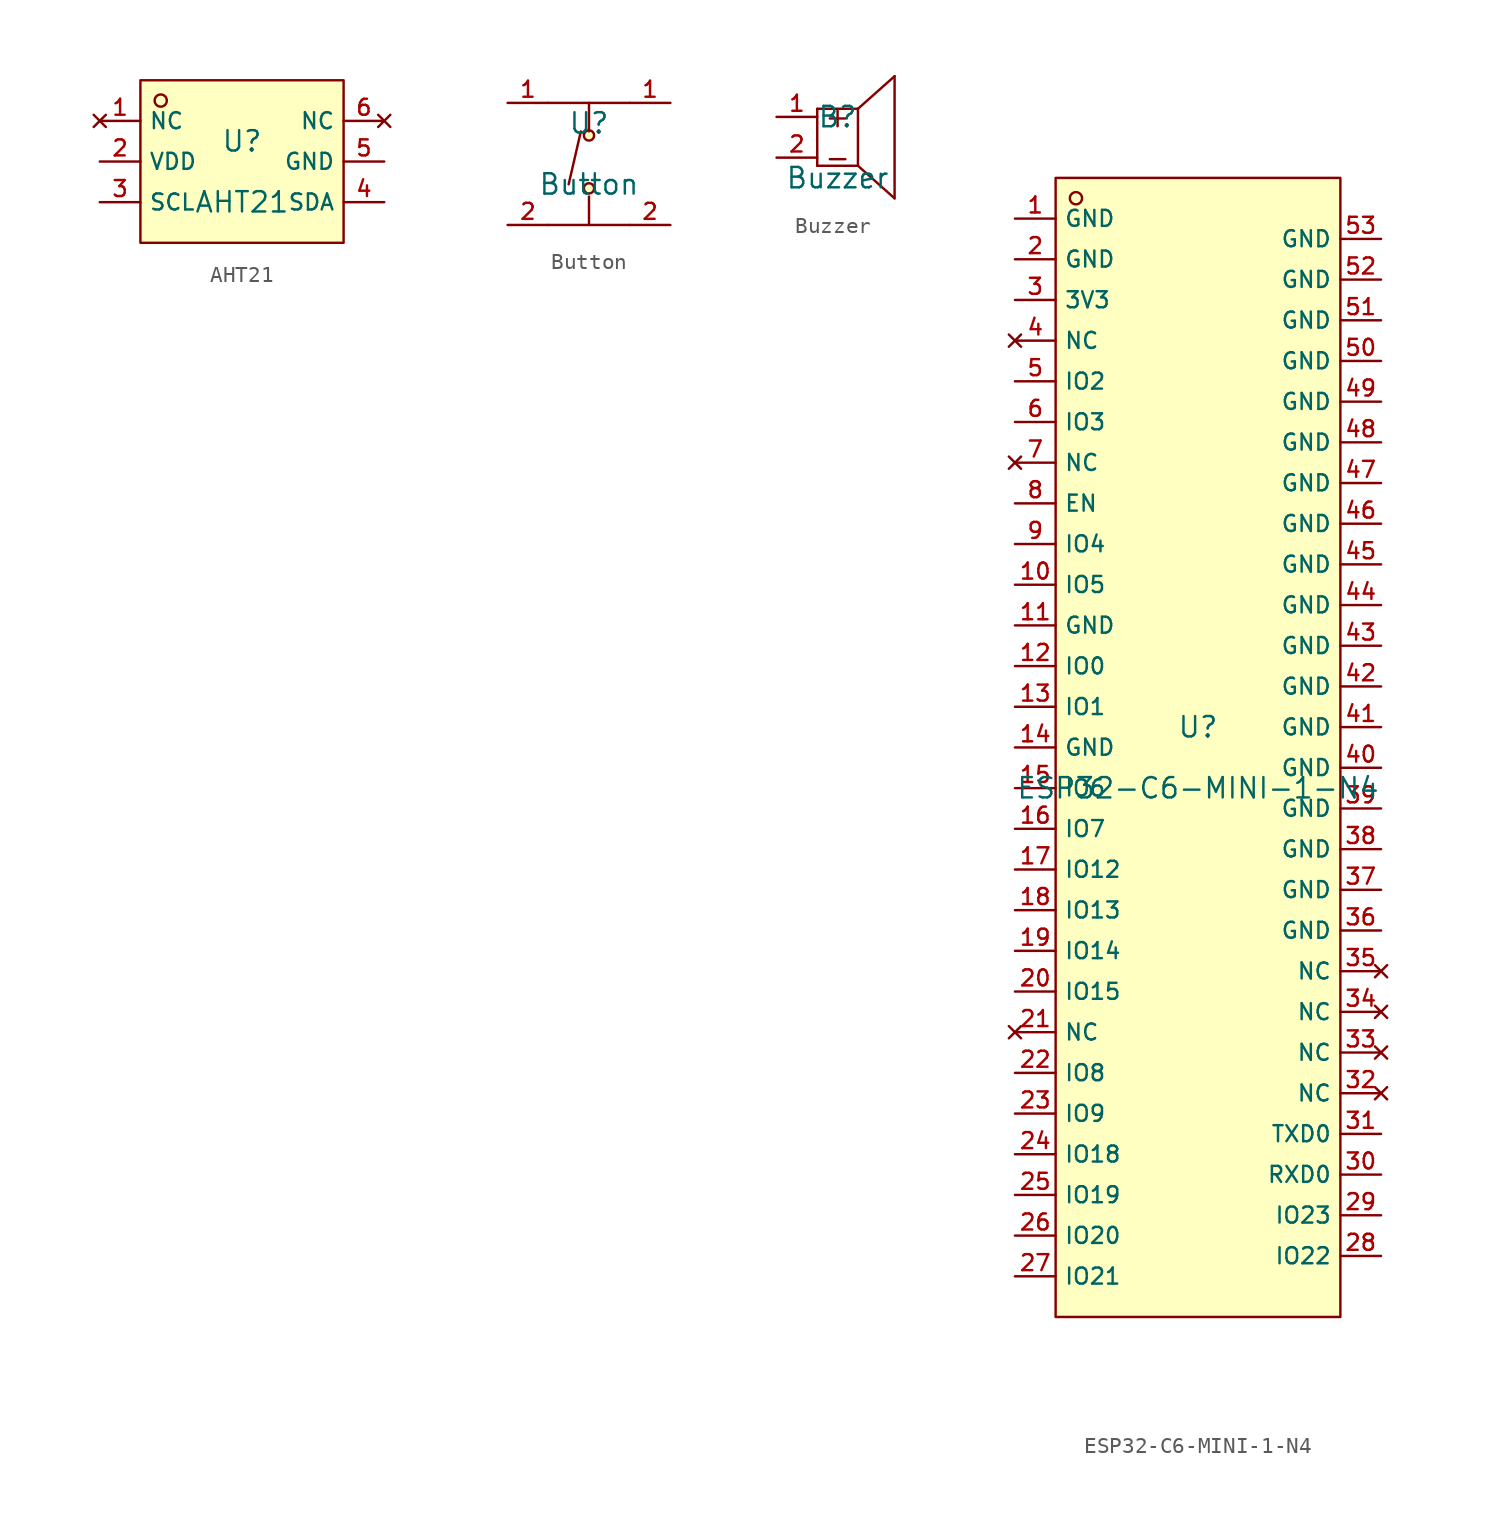
<source format=kicad_sym>
(kicad_symbol_lib
  (version 20220914)
  (generator kicad_symbol_editor)
  (symbol "AHT21"
    (property "Reference" "U"
      (at 0 1.27 0)
      (effects (font (size 1.27 1.27))))
    (property "Value" "AHT21"
      (at 0 -2.54 0)
      (effects (font (size 1.27 1.27))))
    (symbol "AHT21_0_1"
      (rectangle (start -6.35 5.08) (end 6.35 -5.08) (stroke (width 0) (type default)) (fill (type background)))
      (circle (center -5.08 3.81) (radius 0.381) (stroke (width 0) (type default)) (fill (type background))))
    (symbol "AHT21_1_1"
      (pin no_connect line (at -8.89 2.54 0) (length 2.54) (name "NC" (effects (font (size 1 1)))) (number "1" (effects (font (size 1 1)))))
      (pin power_in line (at -8.89 0 0) (length 2.54) (name "VDD" (effects (font (size 1 1)))) (number "2" (effects (font (size 1 1)))))
      (pin input line (at -8.89 -2.54 0) (length 2.54) (name "SCL" (effects (font (size 1 1)))) (number "3" (effects (font (size 1 1)))))
      (pin bidirectional line (at 8.89 -2.54 180) (length 2.54) (name "SDA" (effects (font (size 1 1)))) (number "4" (effects (font (size 1 1)))))
      (pin power_in line (at 8.89 0 180) (length 2.54) (name "GND" (effects (font (size 1 1)))) (number "5" (effects (font (size 1 1)))))
      (pin no_connect line (at 8.89 2.54 180) (length 2.54) (name "NC" (effects (font (size 1 1)))) (number "6" (effects (font (size 1 1)))))))
  (symbol "Button"
    (pin_names hide)
    (property "Reference" "U"
      (at 0 1.27 0)
      (effects (font (size 1.27 1.27))))
    (property "Value" "Button"
      (at 0 -2.54 0)
      (effects (font (size 1.27 1.27))))
    (symbol "Button_0_1"
      (circle (center 0 -2.794) (radius 0.318) (stroke (width 0) (type default)) (fill (type background)))
      (polyline (pts (xy -2.54 -5.08) (xy 2.54 -5.08)) (stroke (width 0) (type default)) (fill (type none)))
      (polyline (pts (xy -2.54 2.54) (xy 2.54 2.54)) (stroke (width 0) (type default)) (fill (type none)))
      (polyline (pts (xy -0.508 0.762) (xy -1.27 -2.54)) (stroke (width 0) (type default)) (fill (type none)))
      (polyline (pts (xy 0 -3.302) (xy 0 -5.08)) (stroke (width 0) (type default)) (fill (type none)))
      (polyline (pts (xy 0 0.762) (xy 0 2.54)) (stroke (width 0) (type default)) (fill (type none)))
      (circle (center 0 0.508) (radius 0.318) (stroke (width 0) (type default)) (fill (type background)))
      (pin passive line (at -5.08 2.54 0) (length 2.54) (name "A" (effects (font (size 1 1)))) (number "1" (effects (font (size 1 1))))))
    (symbol "Button_1_1"
      (pin passive line (at 5.08 2.54 180) (length 2.54) (name "B" (effects (font (size 1 1)))) (number "1" (effects (font (size 1 1)))))
      (pin passive line (at -5.08 -5.08 0) (length 2.54) (name "C" (effects (font (size 1 1)))) (number "2" (effects (font (size 1 1)))))
      (pin passive line (at 5.08 -5.08 180) (length 2.54) (name "D" (effects (font (size 1 1)))) (number "2" (effects (font (size 1 1)))))))
  (symbol "Buzzer"
    (pin_names hide)
    (property "Reference" "B"
      (at 0 1.27 0)
      (effects (font (size 1.27 1.27))))
    (property "Value" "Buzzer"
      (at 0 -2.54 0)
      (effects (font (size 1.27 1.27))))
    (symbol "Buzzer_0_1"
      (polyline (pts (xy -1.27 -1.778) (xy 1.27 -1.778)) (stroke (width 0) (type default)) (fill (type none)))
      (polyline (pts (xy -1.27 1.778) (xy -1.27 -1.778)) (stroke (width 0) (type default)) (fill (type none)))
      (polyline (pts (xy -1.27 1.778) (xy 1.27 1.778)) (stroke (width 0) (type default)) (fill (type none)))
      (polyline (pts (xy 1.27 -1.778) (xy 3.556 -3.81)) (stroke (width 0) (type default)) (fill (type none)))
      (polyline (pts (xy 1.27 1.778) (xy 1.27 -1.778)) (stroke (width 0) (type default)) (fill (type none)))
      (polyline (pts (xy 3.556 3.81) (xy 1.27 1.778)) (stroke (width 0) (type default)) (fill (type none)))
      (polyline (pts (xy 3.556 3.81) (xy 3.556 -3.81)) (stroke (width 0) (type default)) (fill (type none)))
      (pin input line (at -3.81 1.27 0) (length 2.54) (name "+" (effects (font (size 1 1)))) (number "1" (effects (font (size 1 1)))))
      (pin power_in line (at -3.81 -1.27 0) (length 2.54) (name "2" (effects (font (size 1 1)))) (number "2" (effects (font (size 1 1))))))
    (symbol "Buzzer_1_1"
      (text "+" (at 0 1.27 0) (effects (font (size 1.27 1.27))))
      (text "-" (at 0 -1.27 0) (effects (font (size 1.27 1.27))))))
  (symbol "ESP32-C6-MINI-1-N4"
    (property "Reference" "U"
      (at 0 1.27 0)
      (effects (font (size 1.27 1.27))))
    (property "Value" "ESP32-C6-MINI-1-N4"
      (at 0 -2.54 0)
      (effects (font (size 1.27 1.27))))
    (symbol "ESP32-C6-MINI-1-N4_0_1"
      (rectangle (start -8.89 35.56) (end 8.89 -35.56) (stroke (width 0) (type default)) (fill (type background)))
      (circle (center -7.62 34.29) (radius 0.381) (stroke (width 0) (type default)) (fill (type background)))
      (pin bidirectional line (at -11.43 10.16 0) (length 2.54) (name "IO5" (effects (font (size 1 1)))) (number "10" (effects (font (size 1 1)))))
      (pin power_in line (at -11.43 7.62 0) (length 2.54) (name "GND" (effects (font (size 1 1)))) (number "11" (effects (font (size 1 1)))))
      (pin bidirectional line (at -11.43 5.08 0) (length 2.54) (name "IO0" (effects (font (size 1 1)))) (number "12" (effects (font (size 1 1)))))
      (pin bidirectional line (at -11.43 2.54 0) (length 2.54) (name "IO1" (effects (font (size 1 1)))) (number "13" (effects (font (size 1 1)))))
      (pin power_in line (at -11.43 0 0) (length 2.54) (name "GND" (effects (font (size 1 1)))) (number "14" (effects (font (size 1 1)))))
      (pin bidirectional line (at -11.43 -2.54 0) (length 2.54) (name "IO6" (effects (font (size 1 1)))) (number "15" (effects (font (size 1 1)))))
      (pin bidirectional line (at -11.43 -5.08 0) (length 2.54) (name "IO7" (effects (font (size 1 1)))) (number "16" (effects (font (size 1 1)))))
      (pin bidirectional line (at -11.43 -7.62 0) (length 2.54) (name "IO12" (effects (font (size 1 1)))) (number "17" (effects (font (size 1 1)))))
      (pin bidirectional line (at -11.43 -10.16 0) (length 2.54) (name "IO13" (effects (font (size 1 1)))) (number "18" (effects (font (size 1 1)))))
      (pin bidirectional line (at -11.43 -12.7 0) (length 2.54) (name "IO14" (effects (font (size 1 1)))) (number "19" (effects (font (size 1 1)))))
      (pin bidirectional line (at -11.43 -15.24 0) (length 2.54) (name "IO15" (effects (font (size 1 1)))) (number "20" (effects (font (size 1 1)))))
      (pin no_connect line (at -11.43 -17.78 0) (length 2.54) (name "NC" (effects (font (size 1 1)))) (number "21" (effects (font (size 1 1)))))
      (pin bidirectional line (at -11.43 -20.32 0) (length 2.54) (name "IO8" (effects (font (size 1 1)))) (number "22" (effects (font (size 1 1)))))
      (pin bidirectional line (at -11.43 -22.86 0) (length 2.54) (name "IO9" (effects (font (size 1 1)))) (number "23" (effects (font (size 1 1)))))
      (pin bidirectional line (at -11.43 -25.4 0) (length 2.54) (name "IO18" (effects (font (size 1 1)))) (number "24" (effects (font (size 1 1)))))
      (pin bidirectional line (at -11.43 -27.94 0) (length 2.54) (name "IO19" (effects (font (size 1 1)))) (number "25" (effects (font (size 1 1)))))
      (pin bidirectional line (at -11.43 -30.48 0) (length 2.54) (name "IO20" (effects (font (size 1 1)))) (number "26" (effects (font (size 1 1)))))
      (pin bidirectional line (at -11.43 -33.02 0) (length 2.54) (name "IO21" (effects (font (size 1 1)))) (number "27" (effects (font (size 1 1)))))
      (pin bidirectional line (at 11.43 -31.75 180) (length 2.54) (name "IO22" (effects (font (size 1 1)))) (number "28" (effects (font (size 1 1)))))
      (pin bidirectional line (at 11.43 -29.21 180) (length 2.54) (name "IO23" (effects (font (size 1 1)))) (number "29" (effects (font (size 1 1)))))
      (pin bidirectional line (at 11.43 -26.67 180) (length 2.54) (name "RXD0" (effects (font (size 1 1)))) (number "30" (effects (font (size 1 1)))))
      (pin bidirectional line (at 11.43 -24.13 180) (length 2.54) (name "TXD0" (effects (font (size 1 1)))) (number "31" (effects (font (size 1 1)))))
      (pin no_connect line (at 11.43 -21.59 180) (length 2.54) (name "NC" (effects (font (size 1 1)))) (number "32" (effects (font (size 1 1)))))
      (pin no_connect line (at 11.43 -19.05 180) (length 2.54) (name "NC" (effects (font (size 1 1)))) (number "33" (effects (font (size 1 1)))))
      (pin no_connect line (at 11.43 -16.51 180) (length 2.54) (name "NC" (effects (font (size 1 1)))) (number "34" (effects (font (size 1 1)))))
      (pin no_connect line (at 11.43 -13.97 180) (length 2.54) (name "NC" (effects (font (size 1 1)))) (number "35" (effects (font (size 1 1)))))
      (pin power_in line (at 11.43 -11.43 180) (length 2.54) (name "GND" (effects (font (size 1 1)))) (number "36" (effects (font (size 1 1)))))
      (pin power_in line (at 11.43 -8.89 180) (length 2.54) (name "GND" (effects (font (size 1 1)))) (number "37" (effects (font (size 1 1)))))
      (pin power_in line (at 11.43 -6.35 180) (length 2.54) (name "GND" (effects (font (size 1 1)))) (number "38" (effects (font (size 1 1)))))
      (pin power_in line (at 11.43 -3.81 180) (length 2.54) (name "GND" (effects (font (size 1 1)))) (number "39" (effects (font (size 1 1)))))
      (pin power_in line (at 11.43 -1.27 180) (length 2.54) (name "GND" (effects (font (size 1 1)))) (number "40" (effects (font (size 1 1)))))
      (pin power_in line (at 11.43 1.27 180) (length 2.54) (name "GND" (effects (font (size 1 1)))) (number "41" (effects (font (size 1 1)))))
      (pin power_in line (at 11.43 3.81 180) (length 2.54) (name "GND" (effects (font (size 1 1)))) (number "42" (effects (font (size 1 1)))))
      (pin power_in line (at 11.43 6.35 180) (length 2.54) (name "GND" (effects (font (size 1 1)))) (number "43" (effects (font (size 1 1)))))
      (pin power_in line (at 11.43 8.89 180) (length 2.54) (name "GND" (effects (font (size 1 1)))) (number "44" (effects (font (size 1 1)))))
      (pin power_in line (at 11.43 11.43 180) (length 2.54) (name "GND" (effects (font (size 1 1)))) (number "45" (effects (font (size 1 1)))))
      (pin power_in line (at 11.43 13.97 180) (length 2.54) (name "GND" (effects (font (size 1 1)))) (number "46" (effects (font (size 1 1)))))
      (pin power_in line (at 11.43 16.51 180) (length 2.54) (name "GND" (effects (font (size 1 1)))) (number "47" (effects (font (size 1 1)))))
      (pin power_in line (at 11.43 19.05 180) (length 2.54) (name "GND" (effects (font (size 1 1)))) (number "48" (effects (font (size 1 1)))))
      (pin power_in line (at 11.43 21.59 180) (length 2.54) (name "GND" (effects (font (size 1 1)))) (number "49" (effects (font (size 1 1)))))
      (pin bidirectional line (at -11.43 22.86 0) (length 2.54) (name "IO2" (effects (font (size 1 1)))) (number "5" (effects (font (size 1 1)))))
      (pin power_in line (at 11.43 24.13 180) (length 2.54) (name "GND" (effects (font (size 1 1)))) (number "50" (effects (font (size 1 1)))))
      (pin power_in line (at 11.43 26.67 180) (length 2.54) (name "GND" (effects (font (size 1 1)))) (number "51" (effects (font (size 1 1)))))
      (pin power_in line (at 11.43 29.21 180) (length 2.54) (name "GND" (effects (font (size 1 1)))) (number "52" (effects (font (size 1 1)))))
      (pin power_in line (at 11.43 31.75 180) (length 2.54) (name "GND" (effects (font (size 1 1)))) (number "53" (effects (font (size 1 1)))))
      (pin bidirectional line (at -11.43 20.32 0) (length 2.54) (name "IO3" (effects (font (size 1 1)))) (number "6" (effects (font (size 1 1)))))
      (pin no_connect line (at -11.43 17.78 0) (length 2.54) (name "NC" (effects (font (size 1 1)))) (number "7" (effects (font (size 1 1)))))
      (pin input line (at -11.43 15.24 0) (length 2.54) (name "EN" (effects (font (size 1 1)))) (number "8" (effects (font (size 1 1)))))
      (pin bidirectional line (at -11.43 12.7 0) (length 2.54) (name "IO4" (effects (font (size 1 1)))) (number "9" (effects (font (size 1 1))))))
    (symbol "ESP32-C6-MINI-1-N4_1_1"
      (pin power_in line (at -11.43 33.02 0) (length 2.54) (name "GND" (effects (font (size 1 1)))) (number "1" (effects (font (size 1 1)))))
      (pin power_in line (at -11.43 30.48 0) (length 2.54) (name "GND" (effects (font (size 1 1)))) (number "2" (effects (font (size 1 1)))))
      (pin power_in line (at -11.43 27.94 0) (length 2.54) (name "3V3" (effects (font (size 1 1)))) (number "3" (effects (font (size 1 1)))))
      (pin no_connect line (at -11.43 25.4 0) (length 2.54) (name "NC" (effects (font (size 1 1)))) (number "4" (effects (font (size 1 1))))))))
</source>
